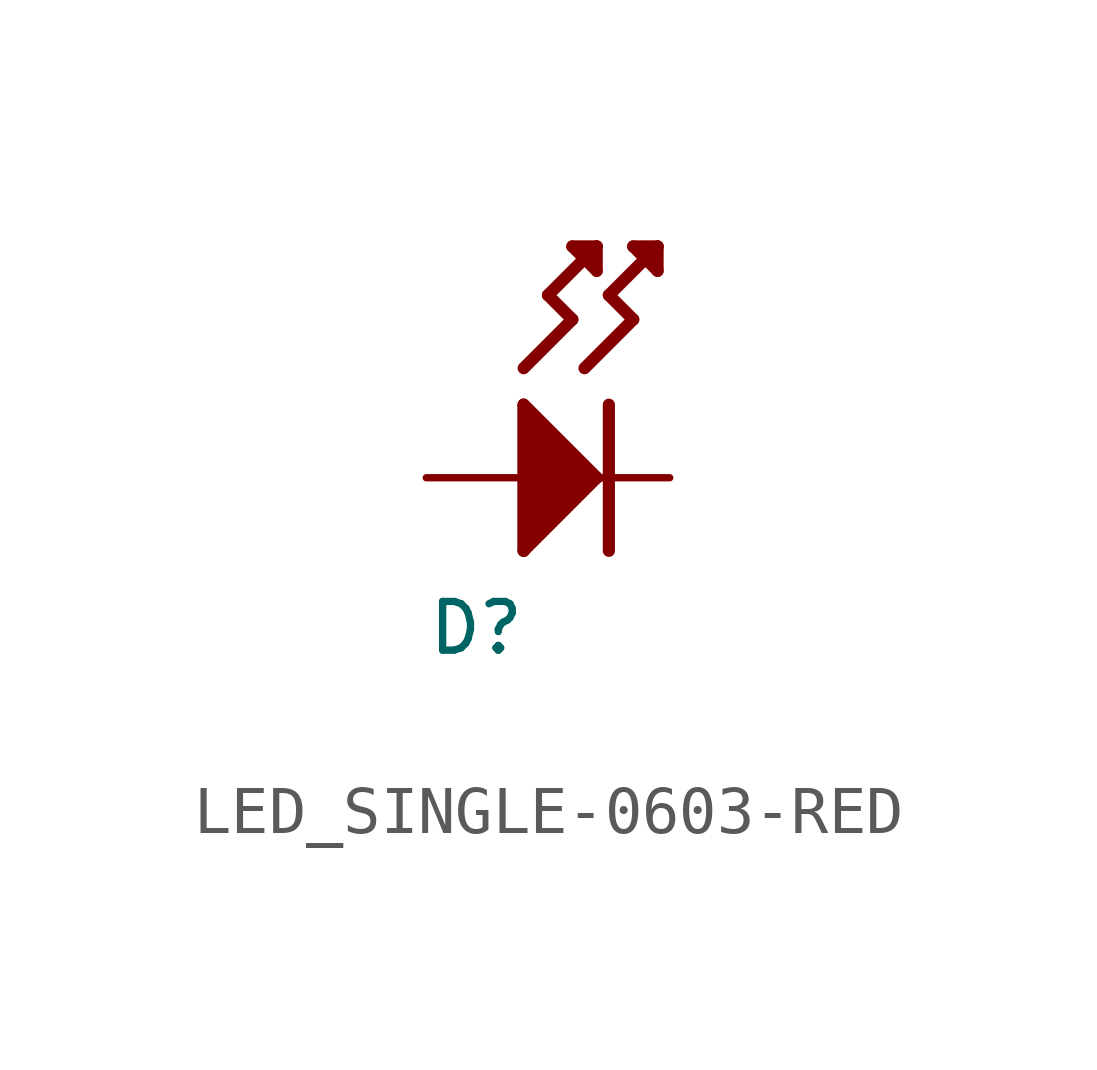
<source format=kicad_sym>
(kicad_symbol_lib
  (version 20231120)
  (generator "kicad_symbol_editor")
  (generator_version "8.0")
  (symbol "LED_SINGLE-0603-RED"
    (property "Reference" "D"
      (at -2.54 -2.54 0)
      (effects (font (size 1.016 1.016)) (justify left top)))
    (property "Value" ""
      (at -2.54 -5.08 0)
      (effects (font (size 1.016 1.016)) (justify left bottom)))
    (property "ki_locked" ""
      (at 0 0 0)
      (effects (font (size 1.27 1.27))))
    (symbol "LED_SINGLE-0603-RED_1_0"
      (polyline (pts (xy -0.508 -1.524) (xy -0.508 1.524)) (stroke (width 0.254) (type solid)) (fill (type none)))
      (polyline (pts (xy -0.508 1.524) (xy 1.016 0)) (stroke (width 0.254) (type solid)) (fill (type none)))
      (polyline (pts (xy -0.508 2.286) (xy 0.508 3.302)) (stroke (width 0.254) (type solid)) (fill (type none)))
      (polyline (pts (xy 0 3.81) (xy 1.016 4.826)) (stroke (width 0.254) (type solid)) (fill (type none)))
      (polyline (pts (xy 0.508 3.302) (xy 0 3.81)) (stroke (width 0.254) (type solid)) (fill (type none)))
      (polyline (pts (xy 0.508 4.826) (xy 1.016 4.318)) (stroke (width 0.254) (type solid)) (fill (type none)))
      (polyline (pts (xy 0.762 2.286) (xy 1.778 3.302)) (stroke (width 0.254) (type solid)) (fill (type none)))
      (polyline (pts (xy 1.016 0) (xy -0.508 -1.524)) (stroke (width 0.254) (type solid)) (fill (type none)))
      (polyline (pts (xy 1.016 4.318) (xy 1.016 4.826)) (stroke (width 0.254) (type solid)) (fill (type none)))
      (polyline (pts (xy 1.016 4.826) (xy 0.508 4.826)) (stroke (width 0.254) (type solid)) (fill (type none)))
      (polyline (pts (xy 1.27 1.524) (xy 1.27 -1.524)) (stroke (width 0.254) (type solid)) (fill (type none)))
      (polyline (pts (xy 1.27 3.81) (xy 2.286 4.826)) (stroke (width 0.254) (type solid)) (fill (type none)))
      (polyline (pts (xy 1.778 3.302) (xy 1.27 3.81)) (stroke (width 0.254) (type solid)) (fill (type none)))
      (polyline (pts (xy 1.778 4.826) (xy 2.286 4.318)) (stroke (width 0.254) (type solid)) (fill (type none)))
      (polyline (pts (xy 2.286 4.318) (xy 2.286 4.826)) (stroke (width 0.254) (type solid)) (fill (type none)))
      (polyline (pts (xy 2.286 4.826) (xy 1.778 4.826)) (stroke (width 0.254) (type solid)) (fill (type none)))
      (polyline (pts (xy -0.508 -1.524) (xy -0.508 1.524) (xy 1.016 0)) (stroke (width 0.254) (type solid)) (fill (type outline)))
      (pin power_in line (at -2.54 0 0) (length 2.54) (name "ANODE" (effects (font (size 0 0)))) (number "ANODE" (effects (font (size 0 0)))))
      (pin power_in line (at 2.54 0 180) (length 2.54) (name "CATHODE" (effects (font (size 0 0)))) (number "CATHODE" (effects (font (size 0 0))))))))
</source>
